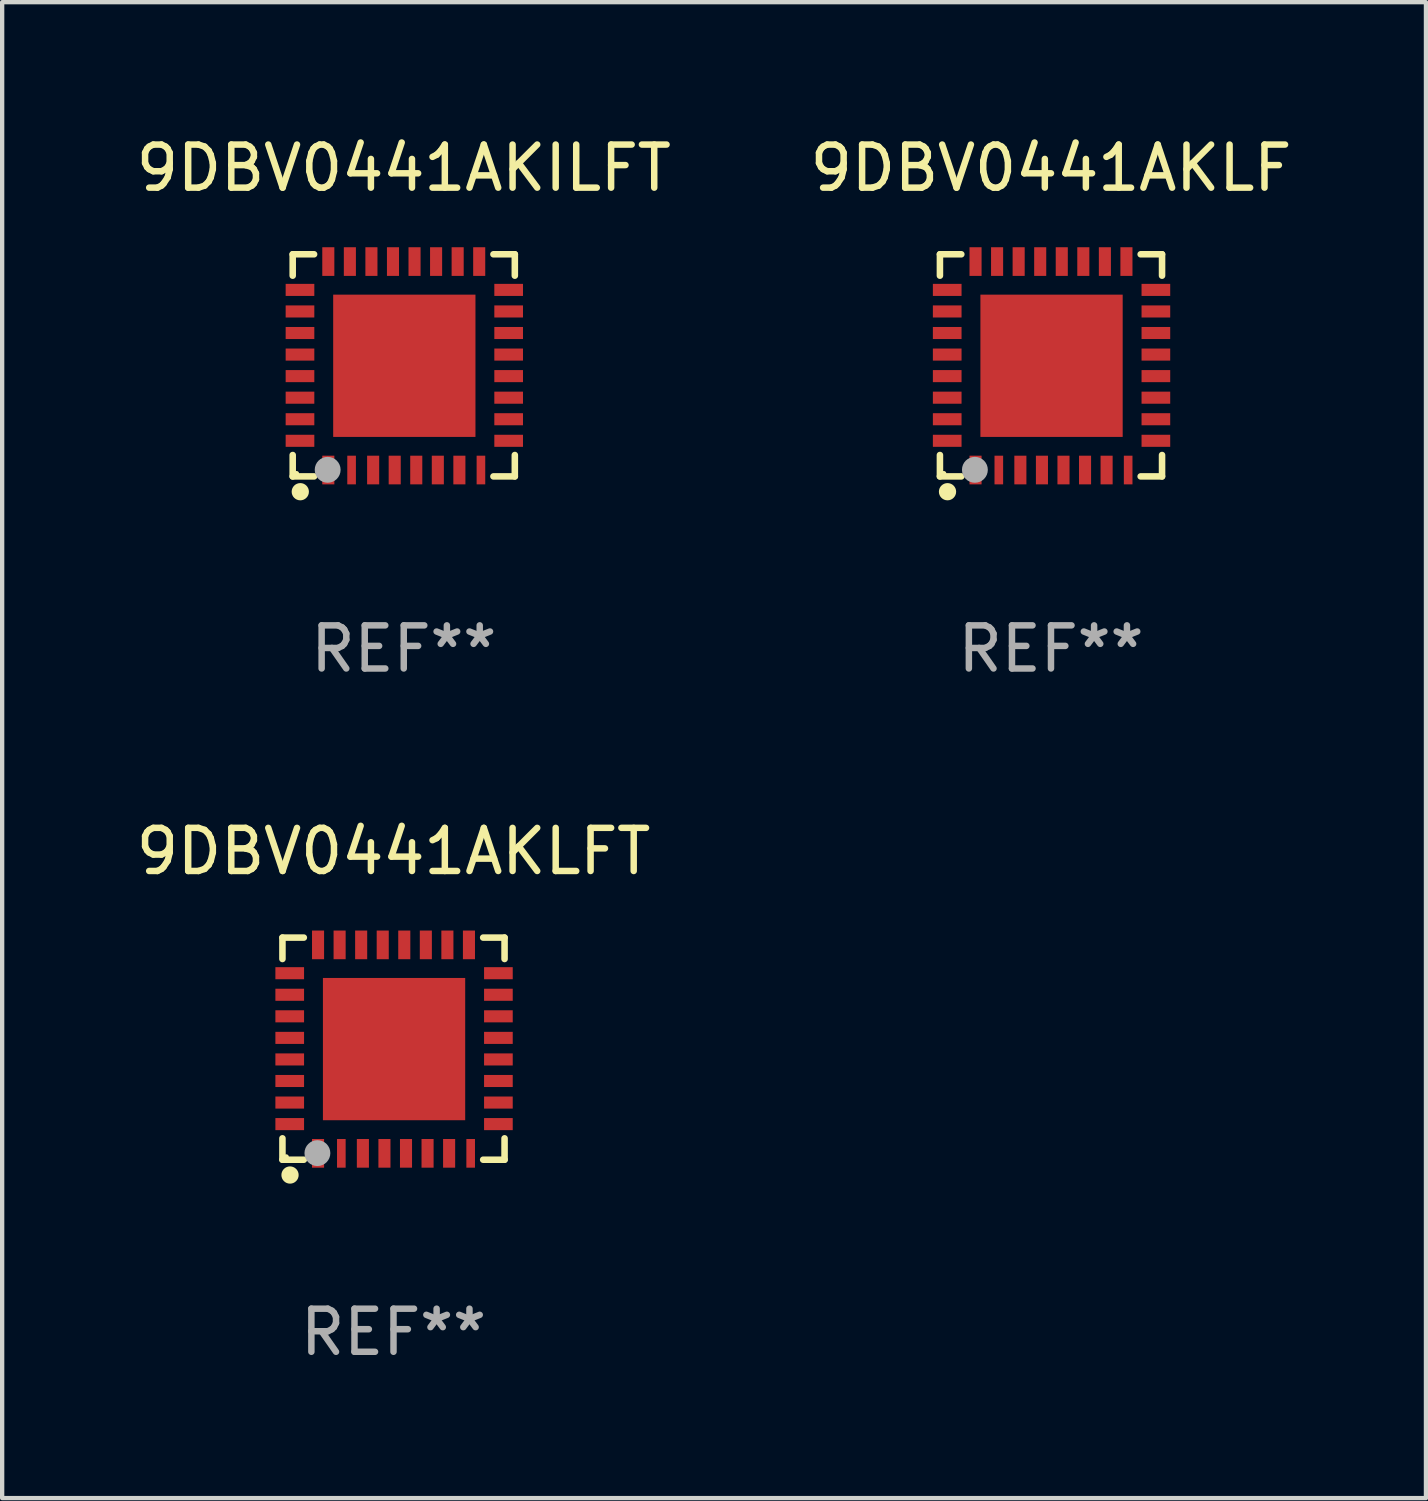
<source format=kicad_pcb>
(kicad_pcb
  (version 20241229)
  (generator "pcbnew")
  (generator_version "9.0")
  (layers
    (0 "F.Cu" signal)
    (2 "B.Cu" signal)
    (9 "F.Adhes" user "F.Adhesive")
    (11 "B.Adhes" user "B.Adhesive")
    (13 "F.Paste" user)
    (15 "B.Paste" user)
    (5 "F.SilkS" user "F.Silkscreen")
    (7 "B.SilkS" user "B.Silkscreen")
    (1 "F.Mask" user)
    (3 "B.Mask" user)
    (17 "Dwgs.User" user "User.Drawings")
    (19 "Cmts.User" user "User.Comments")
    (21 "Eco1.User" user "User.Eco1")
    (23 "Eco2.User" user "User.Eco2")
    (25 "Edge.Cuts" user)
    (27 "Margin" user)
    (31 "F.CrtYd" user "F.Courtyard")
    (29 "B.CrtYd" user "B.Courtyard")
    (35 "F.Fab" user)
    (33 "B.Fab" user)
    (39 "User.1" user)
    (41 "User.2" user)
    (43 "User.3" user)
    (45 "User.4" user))
  (footprint "9DBV0441AKLF"
    (layer "F.Cu")
    (at 21.327 5.424)
    (property "Reference" "9DBV0441AKLF" (at 0 -4.576 0) (layer "F.SilkS") (effects (font (size 1 1) (thickness 0.15))))
    (attr through_hole)
    (fp_line (start -2.576 -2.576) (end -2.576 -2.08) (stroke (width 0.152) (type solid)) (layer "F.SilkS"))
    (fp_line (start -2.576 2.576) (end -2.576 2.08) (stroke (width 0.152) (type solid)) (layer "F.SilkS"))
    (fp_line (start -2.08 -2.576) (end -2.576 -2.576) (stroke (width 0.152) (type solid)) (layer "F.SilkS"))
    (fp_line (start -2.08 2.576) (end -2.576 2.576) (stroke (width 0.152) (type solid)) (layer "F.SilkS"))
    (fp_line (start 2.08 -2.576) (end 2.576 -2.576) (stroke (width 0.152) (type solid)) (layer "F.SilkS"))
    (fp_line (start 2.08 2.576) (end 2.576 2.576) (stroke (width 0.152) (type solid)) (layer "F.SilkS"))
    (fp_line (start 2.576 -2.576) (end 2.576 -2.08) (stroke (width 0.152) (type solid)) (layer "F.SilkS"))
    (fp_line (start 2.576 2.576) (end 2.576 2.08) (stroke (width 0.152) (type solid)) (layer "F.SilkS"))
    (fp_circle (center -2.487 2.51) (end -2.457 2.51) (stroke (width 0.06) (type solid)) (fill no) (layer "F.SilkS"))
    (fp_circle (center -2.4 2.931) (end -2.3 2.931) (stroke (width 0.2) (type solid)) (fill no) (layer "F.SilkS"))
    (fp_circle (center -1.765 2.423) (end -1.615 2.423) (stroke (width 0.3) (type solid)) (fill no) (layer "F.Fab"))
    (fp_text user "REF**" (at 0 6.576 0) (layer "F.Fab") (effects (font (size 1 1) (thickness 0.15))))
    (pad "1" smd rect (at -1.75 2.428) (size 0.28 0.665) (layers "F.Cu" "F.Mask" "F.Paste"))
    (pad "2" smd rect (at -1.21 2.428) (size 0.2 0.665) (layers "F.Cu" "F.Mask" "F.Paste"))
    (pad "3" smd rect (at -0.71 2.428) (size 0.28 0.665) (layers "F.Cu" "F.Mask" "F.Paste"))
    (pad "4" smd rect (at -0.21 2.428) (size 0.28 0.665) (layers "F.Cu" "F.Mask" "F.Paste"))
    (pad "5" smd rect (at 0.29 2.428) (size 0.28 0.665) (layers "F.Cu" "F.Mask" "F.Paste"))
    (pad "6" smd rect (at 0.79 2.428) (size 0.28 0.665) (layers "F.Cu" "F.Mask" "F.Paste"))
    (pad "7" smd rect (at 1.29 2.428) (size 0.28 0.665) (layers "F.Cu" "F.Mask" "F.Paste"))
    (pad "8" smd rect (at 1.79 2.428) (size 0.2 0.665) (layers "F.Cu" "F.Mask" "F.Paste"))
    (pad "9" smd rect (at 2.433 1.75) (size 0.665 0.28) (layers "F.Cu" "F.Mask" "F.Paste"))
    (pad "10" smd rect (at 2.433 1.25) (size 0.665 0.28) (layers "F.Cu" "F.Mask" "F.Paste"))
    (pad "11" smd rect (at 2.433 0.75) (size 0.665 0.28) (layers "F.Cu" "F.Mask" "F.Paste"))
    (pad "12" smd rect (at 2.433 0.25) (size 0.665 0.28) (layers "F.Cu" "F.Mask" "F.Paste"))
    (pad "13" smd rect (at 2.433 -0.25) (size 0.665 0.28) (layers "F.Cu" "F.Mask" "F.Paste"))
    (pad "14" smd rect (at 2.433 -0.75) (size 0.665 0.28) (layers "F.Cu" "F.Mask" "F.Paste"))
    (pad "15" smd rect (at 2.433 -1.25) (size 0.665 0.28) (layers "F.Cu" "F.Mask" "F.Paste"))
    (pad "16" smd rect (at 2.433 -1.75) (size 0.665 0.28) (layers "F.Cu" "F.Mask" "F.Paste"))
    (pad "17" smd rect (at 1.75 -2.407) (size 0.28 0.665) (layers "F.Cu" "F.Mask" "F.Paste"))
    (pad "18" smd rect (at 1.25 -2.407) (size 0.28 0.665) (layers "F.Cu" "F.Mask" "F.Paste"))
    (pad "19" smd rect (at 0.75 -2.407) (size 0.28 0.665) (layers "F.Cu" "F.Mask" "F.Paste"))
    (pad "20" smd rect (at 0.25 -2.407) (size 0.28 0.665) (layers "F.Cu" "F.Mask" "F.Paste"))
    (pad "21" smd rect (at -0.25 -2.407) (size 0.28 0.665) (layers "F.Cu" "F.Mask" "F.Paste"))
    (pad "22" smd rect (at -0.75 -2.407) (size 0.28 0.665) (layers "F.Cu" "F.Mask" "F.Paste"))
    (pad "23" smd rect (at -1.25 -2.407) (size 0.28 0.665) (layers "F.Cu" "F.Mask" "F.Paste"))
    (pad "24" smd rect (at -1.75 -2.407) (size 0.28 0.665) (layers "F.Cu" "F.Mask" "F.Paste"))
    (pad "25" smd rect (at -2.407 -1.75) (size 0.665 0.28) (layers "F.Cu" "F.Mask" "F.Paste"))
    (pad "26" smd rect (at -2.407 -1.25) (size 0.665 0.28) (layers "F.Cu" "F.Mask" "F.Paste"))
    (pad "27" smd rect (at -2.407 -0.75) (size 0.665 0.28) (layers "F.Cu" "F.Mask" "F.Paste"))
    (pad "28" smd rect (at -2.407 -0.25) (size 0.665 0.28) (layers "F.Cu" "F.Mask" "F.Paste"))
    (pad "29" smd rect (at -2.407 0.25) (size 0.665 0.28) (layers "F.Cu" "F.Mask" "F.Paste"))
    (pad "30" smd rect (at -2.407 0.75) (size 0.665 0.28) (layers "F.Cu" "F.Mask" "F.Paste"))
    (pad "31" smd rect (at -2.407 1.25) (size 0.665 0.28) (layers "F.Cu" "F.Mask" "F.Paste"))
    (pad "32" smd rect (at -2.407 1.75) (size 0.665 0.28) (layers "F.Cu" "F.Mask" "F.Paste"))
    (pad "33" smd rect (at 0.013 0.01) (size 3.3 3.3) (layers "F.Cu" "F.Mask" "F.Paste")))
  (footprint "9DBV0441AKLFT"
    (layer "F.Cu")
    (at 6.077 21.273)
    (property "Reference" "9DBV0441AKLFT" (at 0 -4.576 0) (layer "F.SilkS") (effects (font (size 1 1) (thickness 0.15))))
    (attr through_hole)
    (fp_line (start -2.576 -2.576) (end -2.576 -2.08) (stroke (width 0.152) (type solid)) (layer "F.SilkS"))
    (fp_line (start -2.576 2.576) (end -2.576 2.08) (stroke (width 0.152) (type solid)) (layer "F.SilkS"))
    (fp_line (start -2.08 -2.576) (end -2.576 -2.576) (stroke (width 0.152) (type solid)) (layer "F.SilkS"))
    (fp_line (start -2.08 2.576) (end -2.576 2.576) (stroke (width 0.152) (type solid)) (layer "F.SilkS"))
    (fp_line (start 2.08 -2.576) (end 2.576 -2.576) (stroke (width 0.152) (type solid)) (layer "F.SilkS"))
    (fp_line (start 2.08 2.576) (end 2.576 2.576) (stroke (width 0.152) (type solid)) (layer "F.SilkS"))
    (fp_line (start 2.576 -2.576) (end 2.576 -2.08) (stroke (width 0.152) (type solid)) (layer "F.SilkS"))
    (fp_line (start 2.576 2.576) (end 2.576 2.08) (stroke (width 0.152) (type solid)) (layer "F.SilkS"))
    (fp_circle (center -2.487 2.51) (end -2.457 2.51) (stroke (width 0.06) (type solid)) (fill no) (layer "F.SilkS"))
    (fp_circle (center -2.4 2.931) (end -2.3 2.931) (stroke (width 0.2) (type solid)) (fill no) (layer "F.SilkS"))
    (fp_circle (center -1.765 2.423) (end -1.615 2.423) (stroke (width 0.3) (type solid)) (fill no) (layer "F.Fab"))
    (fp_text user "REF**" (at 0 6.576 0) (layer "F.Fab") (effects (font (size 1 1) (thickness 0.15))))
    (pad "1" smd rect (at -1.75 2.428) (size 0.28 0.665) (layers "F.Cu" "F.Mask" "F.Paste"))
    (pad "2" smd rect (at -1.21 2.428) (size 0.2 0.665) (layers "F.Cu" "F.Mask" "F.Paste"))
    (pad "3" smd rect (at -0.71 2.428) (size 0.28 0.665) (layers "F.Cu" "F.Mask" "F.Paste"))
    (pad "4" smd rect (at -0.21 2.428) (size 0.28 0.665) (layers "F.Cu" "F.Mask" "F.Paste"))
    (pad "5" smd rect (at 0.29 2.428) (size 0.28 0.665) (layers "F.Cu" "F.Mask" "F.Paste"))
    (pad "6" smd rect (at 0.79 2.428) (size 0.28 0.665) (layers "F.Cu" "F.Mask" "F.Paste"))
    (pad "7" smd rect (at 1.29 2.428) (size 0.28 0.665) (layers "F.Cu" "F.Mask" "F.Paste"))
    (pad "8" smd rect (at 1.79 2.428) (size 0.2 0.665) (layers "F.Cu" "F.Mask" "F.Paste"))
    (pad "9" smd rect (at 2.433 1.75) (size 0.665 0.28) (layers "F.Cu" "F.Mask" "F.Paste"))
    (pad "10" smd rect (at 2.433 1.25) (size 0.665 0.28) (layers "F.Cu" "F.Mask" "F.Paste"))
    (pad "11" smd rect (at 2.433 0.75) (size 0.665 0.28) (layers "F.Cu" "F.Mask" "F.Paste"))
    (pad "12" smd rect (at 2.433 0.25) (size 0.665 0.28) (layers "F.Cu" "F.Mask" "F.Paste"))
    (pad "13" smd rect (at 2.433 -0.25) (size 0.665 0.28) (layers "F.Cu" "F.Mask" "F.Paste"))
    (pad "14" smd rect (at 2.433 -0.75) (size 0.665 0.28) (layers "F.Cu" "F.Mask" "F.Paste"))
    (pad "15" smd rect (at 2.433 -1.25) (size 0.665 0.28) (layers "F.Cu" "F.Mask" "F.Paste"))
    (pad "16" smd rect (at 2.433 -1.75) (size 0.665 0.28) (layers "F.Cu" "F.Mask" "F.Paste"))
    (pad "17" smd rect (at 1.75 -2.407) (size 0.28 0.665) (layers "F.Cu" "F.Mask" "F.Paste"))
    (pad "18" smd rect (at 1.25 -2.407) (size 0.28 0.665) (layers "F.Cu" "F.Mask" "F.Paste"))
    (pad "19" smd rect (at 0.75 -2.407) (size 0.28 0.665) (layers "F.Cu" "F.Mask" "F.Paste"))
    (pad "20" smd rect (at 0.25 -2.407) (size 0.28 0.665) (layers "F.Cu" "F.Mask" "F.Paste"))
    (pad "21" smd rect (at -0.25 -2.407) (size 0.28 0.665) (layers "F.Cu" "F.Mask" "F.Paste"))
    (pad "22" smd rect (at -0.75 -2.407) (size 0.28 0.665) (layers "F.Cu" "F.Mask" "F.Paste"))
    (pad "23" smd rect (at -1.25 -2.407) (size 0.28 0.665) (layers "F.Cu" "F.Mask" "F.Paste"))
    (pad "24" smd rect (at -1.75 -2.407) (size 0.28 0.665) (layers "F.Cu" "F.Mask" "F.Paste"))
    (pad "25" smd rect (at -2.407 -1.75) (size 0.665 0.28) (layers "F.Cu" "F.Mask" "F.Paste"))
    (pad "26" smd rect (at -2.407 -1.25) (size 0.665 0.28) (layers "F.Cu" "F.Mask" "F.Paste"))
    (pad "27" smd rect (at -2.407 -0.75) (size 0.665 0.28) (layers "F.Cu" "F.Mask" "F.Paste"))
    (pad "28" smd rect (at -2.407 -0.25) (size 0.665 0.28) (layers "F.Cu" "F.Mask" "F.Paste"))
    (pad "29" smd rect (at -2.407 0.25) (size 0.665 0.28) (layers "F.Cu" "F.Mask" "F.Paste"))
    (pad "30" smd rect (at -2.407 0.75) (size 0.665 0.28) (layers "F.Cu" "F.Mask" "F.Paste"))
    (pad "31" smd rect (at -2.407 1.25) (size 0.665 0.28) (layers "F.Cu" "F.Mask" "F.Paste"))
    (pad "32" smd rect (at -2.407 1.75) (size 0.665 0.28) (layers "F.Cu" "F.Mask" "F.Paste"))
    (pad "33" smd rect (at 0.013 0.01) (size 3.3 3.3) (layers "F.Cu" "F.Mask" "F.Paste")))
  (footprint "9DBV0441AKILFT"
    (layer "F.Cu")
    (at 6.315 5.424)
    (property "Reference" "9DBV0441AKILFT" (at 0 -4.576 0) (layer "F.SilkS") (effects (font (size 1 1) (thickness 0.15))))
    (attr through_hole)
    (fp_line (start -2.576 -2.576) (end -2.576 -2.08) (stroke (width 0.152) (type solid)) (layer "F.SilkS"))
    (fp_line (start -2.576 2.576) (end -2.576 2.08) (stroke (width 0.152) (type solid)) (layer "F.SilkS"))
    (fp_line (start -2.08 -2.576) (end -2.576 -2.576) (stroke (width 0.152) (type solid)) (layer "F.SilkS"))
    (fp_line (start -2.08 2.576) (end -2.576 2.576) (stroke (width 0.152) (type solid)) (layer "F.SilkS"))
    (fp_line (start 2.08 -2.576) (end 2.576 -2.576) (stroke (width 0.152) (type solid)) (layer "F.SilkS"))
    (fp_line (start 2.08 2.576) (end 2.576 2.576) (stroke (width 0.152) (type solid)) (layer "F.SilkS"))
    (fp_line (start 2.576 -2.576) (end 2.576 -2.08) (stroke (width 0.152) (type solid)) (layer "F.SilkS"))
    (fp_line (start 2.576 2.576) (end 2.576 2.08) (stroke (width 0.152) (type solid)) (layer "F.SilkS"))
    (fp_circle (center -2.487 2.51) (end -2.457 2.51) (stroke (width 0.06) (type solid)) (fill no) (layer "F.SilkS"))
    (fp_circle (center -2.4 2.931) (end -2.3 2.931) (stroke (width 0.2) (type solid)) (fill no) (layer "F.SilkS"))
    (fp_circle (center -1.765 2.423) (end -1.615 2.423) (stroke (width 0.3) (type solid)) (fill no) (layer "F.Fab"))
    (fp_text user "REF**" (at 0 6.576 0) (layer "F.Fab") (effects (font (size 1 1) (thickness 0.15))))
    (pad "1" smd rect (at -1.75 2.428) (size 0.28 0.665) (layers "F.Cu" "F.Mask" "F.Paste"))
    (pad "2" smd rect (at -1.21 2.428) (size 0.2 0.665) (layers "F.Cu" "F.Mask" "F.Paste"))
    (pad "3" smd rect (at -0.71 2.428) (size 0.28 0.665) (layers "F.Cu" "F.Mask" "F.Paste"))
    (pad "4" smd rect (at -0.21 2.428) (size 0.28 0.665) (layers "F.Cu" "F.Mask" "F.Paste"))
    (pad "5" smd rect (at 0.29 2.428) (size 0.28 0.665) (layers "F.Cu" "F.Mask" "F.Paste"))
    (pad "6" smd rect (at 0.79 2.428) (size 0.28 0.665) (layers "F.Cu" "F.Mask" "F.Paste"))
    (pad "7" smd rect (at 1.29 2.428) (size 0.28 0.665) (layers "F.Cu" "F.Mask" "F.Paste"))
    (pad "8" smd rect (at 1.79 2.428) (size 0.2 0.665) (layers "F.Cu" "F.Mask" "F.Paste"))
    (pad "9" smd rect (at 2.433 1.75) (size 0.665 0.28) (layers "F.Cu" "F.Mask" "F.Paste"))
    (pad "10" smd rect (at 2.433 1.25) (size 0.665 0.28) (layers "F.Cu" "F.Mask" "F.Paste"))
    (pad "11" smd rect (at 2.433 0.75) (size 0.665 0.28) (layers "F.Cu" "F.Mask" "F.Paste"))
    (pad "12" smd rect (at 2.433 0.25) (size 0.665 0.28) (layers "F.Cu" "F.Mask" "F.Paste"))
    (pad "13" smd rect (at 2.433 -0.25) (size 0.665 0.28) (layers "F.Cu" "F.Mask" "F.Paste"))
    (pad "14" smd rect (at 2.433 -0.75) (size 0.665 0.28) (layers "F.Cu" "F.Mask" "F.Paste"))
    (pad "15" smd rect (at 2.433 -1.25) (size 0.665 0.28) (layers "F.Cu" "F.Mask" "F.Paste"))
    (pad "16" smd rect (at 2.433 -1.75) (size 0.665 0.28) (layers "F.Cu" "F.Mask" "F.Paste"))
    (pad "17" smd rect (at 1.75 -2.407) (size 0.28 0.665) (layers "F.Cu" "F.Mask" "F.Paste"))
    (pad "18" smd rect (at 1.25 -2.407) (size 0.28 0.665) (layers "F.Cu" "F.Mask" "F.Paste"))
    (pad "19" smd rect (at 0.75 -2.407) (size 0.28 0.665) (layers "F.Cu" "F.Mask" "F.Paste"))
    (pad "20" smd rect (at 0.25 -2.407) (size 0.28 0.665) (layers "F.Cu" "F.Mask" "F.Paste"))
    (pad "21" smd rect (at -0.25 -2.407) (size 0.28 0.665) (layers "F.Cu" "F.Mask" "F.Paste"))
    (pad "22" smd rect (at -0.75 -2.407) (size 0.28 0.665) (layers "F.Cu" "F.Mask" "F.Paste"))
    (pad "23" smd rect (at -1.25 -2.407) (size 0.28 0.665) (layers "F.Cu" "F.Mask" "F.Paste"))
    (pad "24" smd rect (at -1.75 -2.407) (size 0.28 0.665) (layers "F.Cu" "F.Mask" "F.Paste"))
    (pad "25" smd rect (at -2.407 -1.75) (size 0.665 0.28) (layers "F.Cu" "F.Mask" "F.Paste"))
    (pad "26" smd rect (at -2.407 -1.25) (size 0.665 0.28) (layers "F.Cu" "F.Mask" "F.Paste"))
    (pad "27" smd rect (at -2.407 -0.75) (size 0.665 0.28) (layers "F.Cu" "F.Mask" "F.Paste"))
    (pad "28" smd rect (at -2.407 -0.25) (size 0.665 0.28) (layers "F.Cu" "F.Mask" "F.Paste"))
    (pad "29" smd rect (at -2.407 0.25) (size 0.665 0.28) (layers "F.Cu" "F.Mask" "F.Paste"))
    (pad "30" smd rect (at -2.407 0.75) (size 0.665 0.28) (layers "F.Cu" "F.Mask" "F.Paste"))
    (pad "31" smd rect (at -2.407 1.25) (size 0.665 0.28) (layers "F.Cu" "F.Mask" "F.Paste"))
    (pad "32" smd rect (at -2.407 1.75) (size 0.665 0.28) (layers "F.Cu" "F.Mask" "F.Paste"))
    (pad "33" smd rect (at 0.013 0.01) (size 3.3 3.3) (layers "F.Cu" "F.Mask" "F.Paste")))
  (gr_rect
    (start -3 -3)
    (end 30.024 31.698)
    (stroke (width 0.1) (type default))
    (fill no)
    (layer "Edge.Cuts")))
</source>
